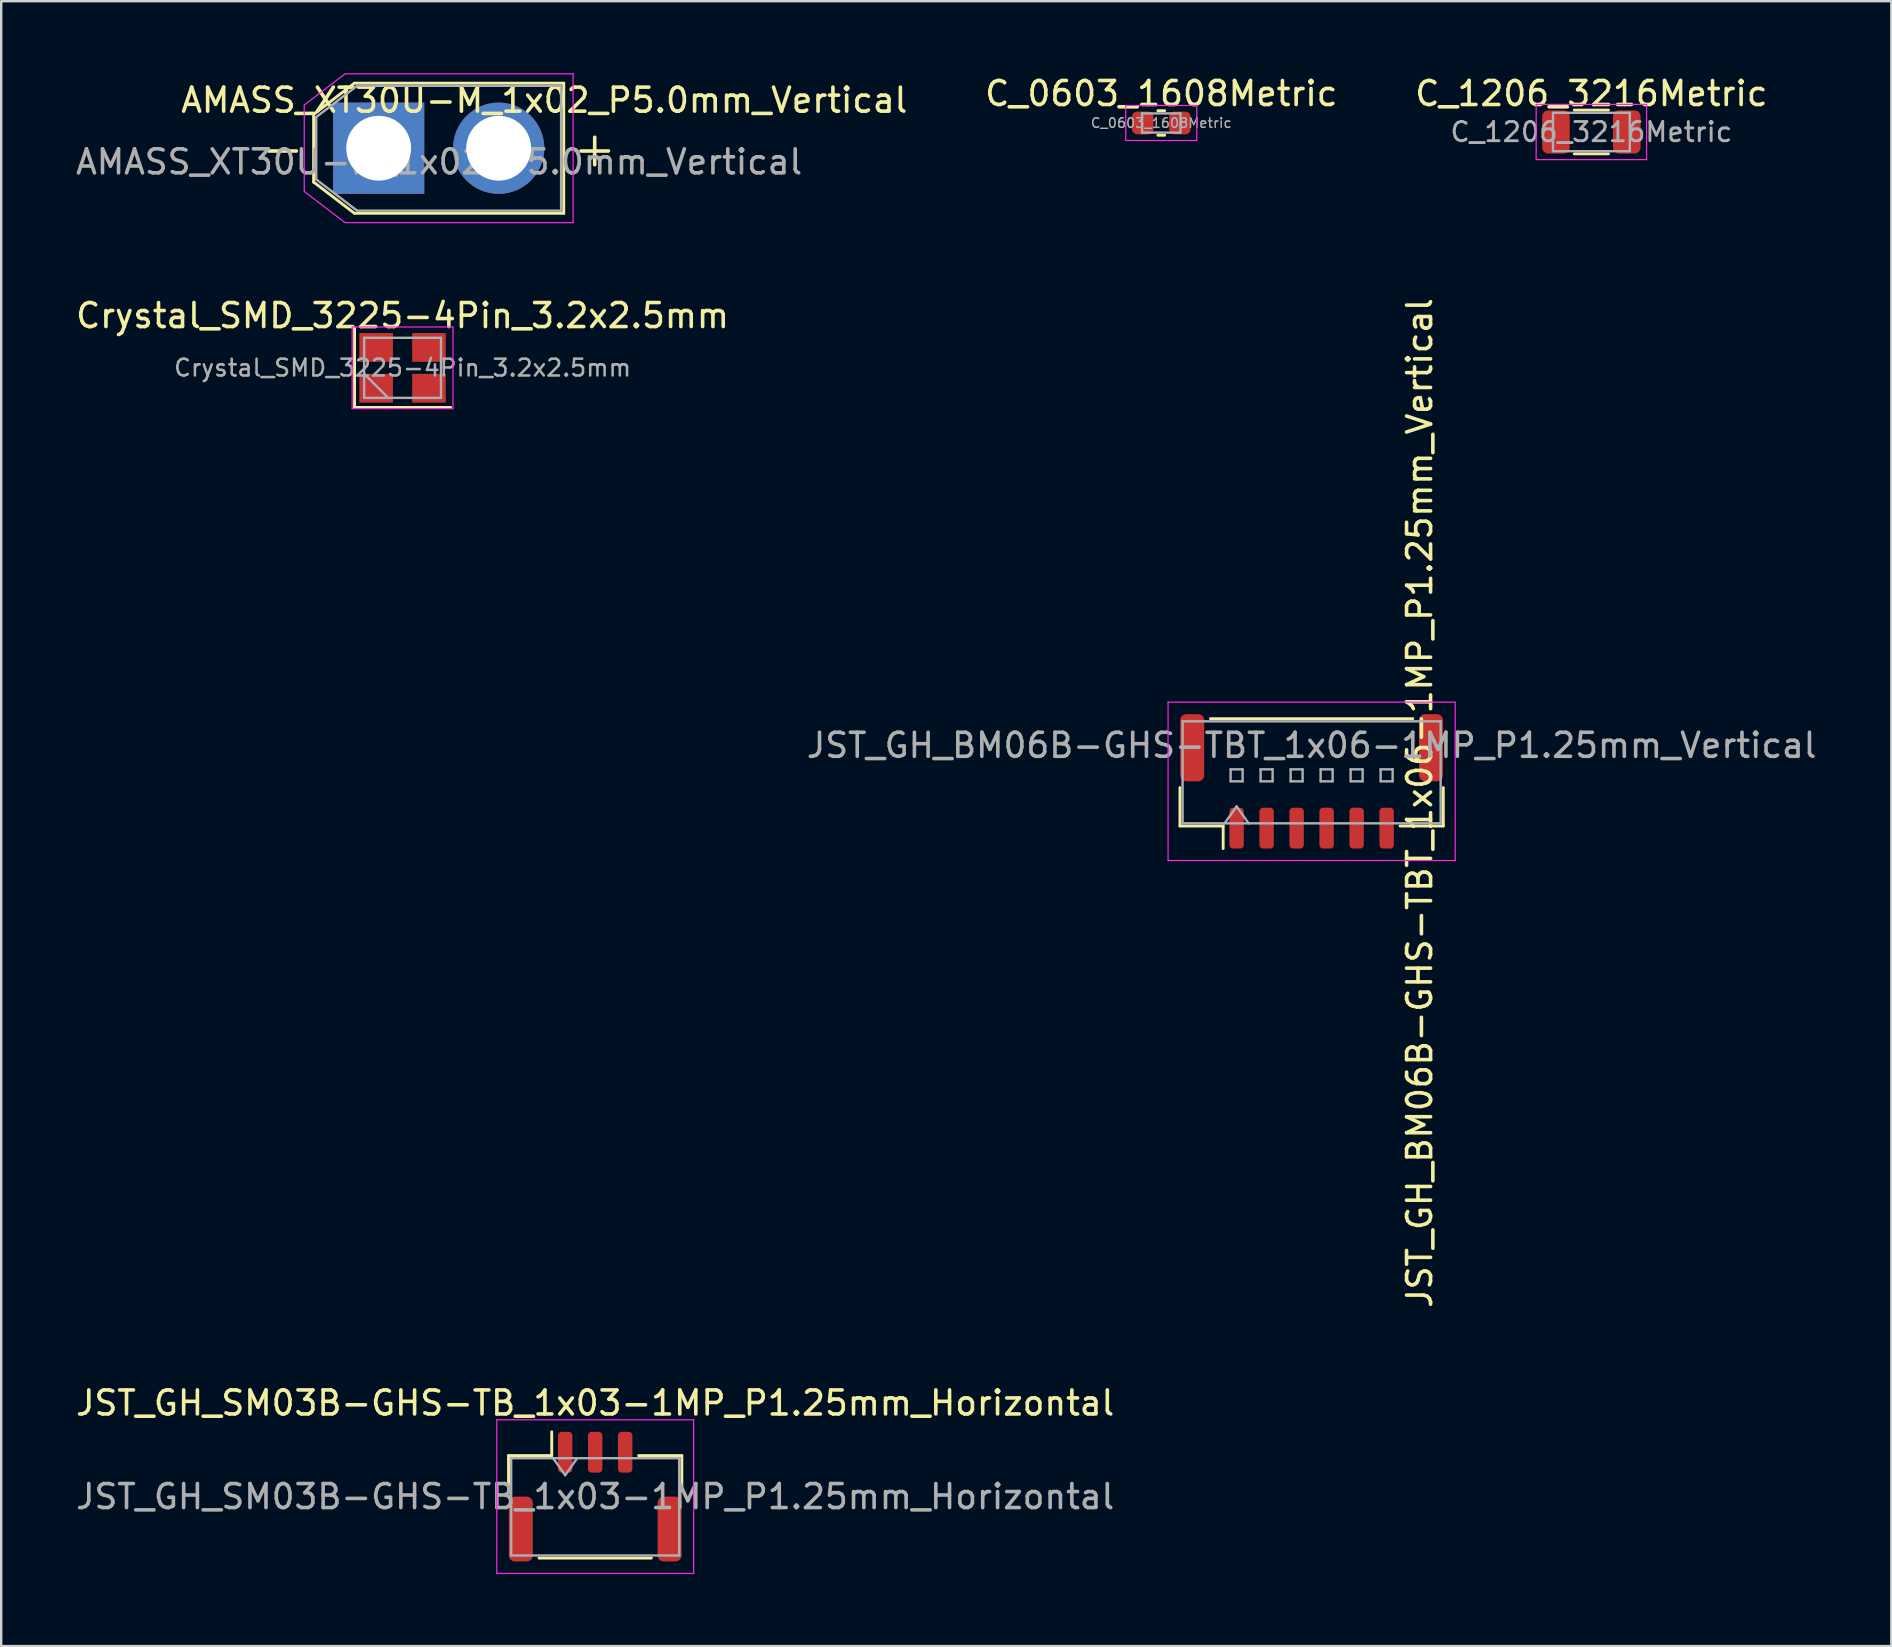
<source format=kicad_pcb>
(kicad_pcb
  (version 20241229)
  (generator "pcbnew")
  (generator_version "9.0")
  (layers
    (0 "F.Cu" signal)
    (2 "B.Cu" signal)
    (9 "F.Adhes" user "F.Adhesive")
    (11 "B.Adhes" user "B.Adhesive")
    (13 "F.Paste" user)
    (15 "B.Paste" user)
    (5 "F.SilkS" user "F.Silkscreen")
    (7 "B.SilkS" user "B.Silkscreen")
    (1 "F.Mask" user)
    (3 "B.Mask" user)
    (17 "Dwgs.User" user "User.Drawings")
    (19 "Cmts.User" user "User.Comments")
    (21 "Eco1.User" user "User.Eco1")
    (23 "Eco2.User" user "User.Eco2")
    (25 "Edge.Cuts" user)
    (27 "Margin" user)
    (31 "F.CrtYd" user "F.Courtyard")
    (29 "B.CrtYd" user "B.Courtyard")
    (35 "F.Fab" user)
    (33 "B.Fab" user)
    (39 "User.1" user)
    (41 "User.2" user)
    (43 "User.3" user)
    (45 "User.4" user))
  (footprint "JST_GH_BM06B-GHS-TBT_1x06-1MP_P1.25mm_Vertical"
    (layer "F.Cu")
    (at 51.589 29.499)
    (property "Reference" "JST_GH_BM06B-GHS-TBT_1x06-1MP_P1.25mm_Vertical" (at 4.5 0.9 90) (layer "F.SilkS") (effects (font (size 1 1) (thickness 0.15))))
    (attr smd)
    (fp_line (start -5.485 0.26) (end -5.485 1.86) (stroke (width 0.12) (type solid)) (layer "F.SilkS"))
    (fp_line (start -5.485 1.86) (end -3.685 1.86) (stroke (width 0.12) (type solid)) (layer "F.SilkS"))
    (fp_line (start -4.215 -2.61) (end 4.215 -2.61) (stroke (width 0.12) (type solid)) (layer "F.SilkS"))
    (fp_line (start -3.685 1.86) (end -3.685 2.8) (stroke (width 0.12) (type solid)) (layer "F.SilkS"))
    (fp_line (start 5.485 0.26) (end 5.485 1.86) (stroke (width 0.12) (type solid)) (layer "F.SilkS"))
    (fp_line (start 5.485 1.86) (end 3.685 1.86) (stroke (width 0.12) (type solid)) (layer "F.SilkS"))
    (fp_line (start -5.98 -3.3) (end -5.98 3.3) (stroke (width 0.05) (type solid)) (layer "F.CrtYd"))
    (fp_line (start -5.98 3.3) (end 5.98 3.3) (stroke (width 0.05) (type solid)) (layer "F.CrtYd"))
    (fp_line (start 5.98 -3.3) (end -5.98 -3.3) (stroke (width 0.05) (type solid)) (layer "F.CrtYd"))
    (fp_line (start 5.98 3.3) (end 5.98 -3.3) (stroke (width 0.05) (type solid)) (layer "F.CrtYd"))
    (fp_line (start -5.375 -2.5) (end 5.375 -2.5) (stroke (width 0.1) (type solid)) (layer "F.Fab"))
    (fp_line (start -5.375 1.75) (end -5.375 -2.5) (stroke (width 0.1) (type solid)) (layer "F.Fab"))
    (fp_line (start -5.375 1.75) (end 5.375 1.75) (stroke (width 0.1) (type solid)) (layer "F.Fab"))
    (fp_line (start -3.625 1.75) (end -3.125 1.043) (stroke (width 0.1) (type solid)) (layer "F.Fab"))
    (fp_line (start -3.375 -0.5) (end -3.375 0) (stroke (width 0.1) (type solid)) (layer "F.Fab"))
    (fp_line (start -3.375 0) (end -2.875 0) (stroke (width 0.1) (type solid)) (layer "F.Fab"))
    (fp_line (start -3.125 1.043) (end -2.625 1.75) (stroke (width 0.1) (type solid)) (layer "F.Fab"))
    (fp_line (start -2.875 -0.5) (end -3.375 -0.5) (stroke (width 0.1) (type solid)) (layer "F.Fab"))
    (fp_line (start -2.875 0) (end -2.875 -0.5) (stroke (width 0.1) (type solid)) (layer "F.Fab"))
    (fp_line (start -2.125 -0.5) (end -2.125 0) (stroke (width 0.1) (type solid)) (layer "F.Fab"))
    (fp_line (start -2.125 0) (end -1.625 0) (stroke (width 0.1) (type solid)) (layer "F.Fab"))
    (fp_line (start -1.625 -0.5) (end -2.125 -0.5) (stroke (width 0.1) (type solid)) (layer "F.Fab"))
    (fp_line (start -1.625 0) (end -1.625 -0.5) (stroke (width 0.1) (type solid)) (layer "F.Fab"))
    (fp_line (start -0.875 -0.5) (end -0.875 0) (stroke (width 0.1) (type solid)) (layer "F.Fab"))
    (fp_line (start -0.875 0) (end -0.375 0) (stroke (width 0.1) (type solid)) (layer "F.Fab"))
    (fp_line (start -0.375 -0.5) (end -0.875 -0.5) (stroke (width 0.1) (type solid)) (layer "F.Fab"))
    (fp_line (start -0.375 0) (end -0.375 -0.5) (stroke (width 0.1) (type solid)) (layer "F.Fab"))
    (fp_line (start 0.375 -0.5) (end 0.375 0) (stroke (width 0.1) (type solid)) (layer "F.Fab"))
    (fp_line (start 0.375 0) (end 0.875 0) (stroke (width 0.1) (type solid)) (layer "F.Fab"))
    (fp_line (start 0.875 -0.5) (end 0.375 -0.5) (stroke (width 0.1) (type solid)) (layer "F.Fab"))
    (fp_line (start 0.875 0) (end 0.875 -0.5) (stroke (width 0.1) (type solid)) (layer "F.Fab"))
    (fp_line (start 1.625 -0.5) (end 1.625 0) (stroke (width 0.1) (type solid)) (layer "F.Fab"))
    (fp_line (start 1.625 0) (end 2.125 0) (stroke (width 0.1) (type solid)) (layer "F.Fab"))
    (fp_line (start 2.125 -0.5) (end 1.625 -0.5) (stroke (width 0.1) (type solid)) (layer "F.Fab"))
    (fp_line (start 2.125 0) (end 2.125 -0.5) (stroke (width 0.1) (type solid)) (layer "F.Fab"))
    (fp_line (start 2.875 -0.5) (end 2.875 0) (stroke (width 0.1) (type solid)) (layer "F.Fab"))
    (fp_line (start 2.875 0) (end 3.375 0) (stroke (width 0.1) (type solid)) (layer "F.Fab"))
    (fp_line (start 3.375 -0.5) (end 2.875 -0.5) (stroke (width 0.1) (type solid)) (layer "F.Fab"))
    (fp_line (start 3.375 0) (end 3.375 -0.5) (stroke (width 0.1) (type solid)) (layer "F.Fab"))
    (fp_line (start 5.375 1.75) (end 5.375 -2.5) (stroke (width 0.1) (type solid)) (layer "F.Fab"))
    (fp_text user "${REFERENCE}" (at 0 -1.5 0) (layer "F.Fab") (effects (font (size 1 1) (thickness 0.15))))
    (pad "1" smd roundrect (at -3.125 1.95) (size 0.6 1.7) (layers "F.Cu" "F.Mask" "F.Paste") (roundrect_rratio 0.25))
    (pad "2" smd roundrect (at -1.875 1.95) (size 0.6 1.7) (layers "F.Cu" "F.Mask" "F.Paste") (roundrect_rratio 0.25))
    (pad "3" smd roundrect (at -0.625 1.95) (size 0.6 1.7) (layers "F.Cu" "F.Mask" "F.Paste") (roundrect_rratio 0.25))
    (pad "4" smd roundrect (at 0.625 1.95) (size 0.6 1.7) (layers "F.Cu" "F.Mask" "F.Paste") (roundrect_rratio 0.25))
    (pad "5" smd roundrect (at 1.875 1.95) (size 0.6 1.7) (layers "F.Cu" "F.Mask" "F.Paste") (roundrect_rratio 0.25))
    (pad "6" smd roundrect (at 3.125 1.95) (size 0.6 1.7) (layers "F.Cu" "F.Mask" "F.Paste") (roundrect_rratio 0.25))
    (pad "MP" smd roundrect (at -4.975 -1.4) (size 1 2.8) (layers "F.Cu" "F.Mask" "F.Paste") (roundrect_rratio 0.25))
    (pad "MP" smd roundrect (at 4.975 -1.4) (size 1 2.8) (layers "F.Cu" "F.Mask" "F.Paste") (roundrect_rratio 0.25)))
  (footprint "AMASS_XT30U-M_1x02_P5.0mm_Vertical"
    (layer "F.Cu")
    (at 12.724 3.125)
    (property "Reference" "AMASS_XT30U-M_1x02_P5.0mm_Vertical" (at 6.9 -2 0) (layer "F.SilkS") (effects (font (size 1 1) (thickness 0.15))))
    (attr through_hole)
    (fp_line (start -2.71 -1.41) (end -2.71 1.41) (stroke (width 0.12) (type solid)) (layer "F.SilkS"))
    (fp_line (start -2.71 -1.41) (end -1.01 -2.71) (stroke (width 0.12) (type solid)) (layer "F.SilkS"))
    (fp_line (start -2.71 1.41) (end -1.01 2.71) (stroke (width 0.12) (type solid)) (layer "F.SilkS"))
    (fp_line (start -1.01 -2.71) (end 7.71 -2.71) (stroke (width 0.12) (type solid)) (layer "F.SilkS"))
    (fp_line (start -1.01 2.71) (end 7.71 2.71) (stroke (width 0.12) (type solid)) (layer "F.SilkS"))
    (fp_line (start 7.71 -2.71) (end 7.71 2.71) (stroke (width 0.12) (type solid)) (layer "F.SilkS"))
    (fp_line (start -3.1 -1.8) (end -3.1 1.8) (stroke (width 0.05) (type solid)) (layer "F.CrtYd"))
    (fp_line (start -3.1 -1.8) (end -1.4 -3.1) (stroke (width 0.05) (type solid)) (layer "F.CrtYd"))
    (fp_line (start -3.1 1.8) (end -1.4 3.1) (stroke (width 0.05) (type solid)) (layer "F.CrtYd"))
    (fp_line (start -1.4 -3.1) (end 8.1 -3.1) (stroke (width 0.05) (type solid)) (layer "F.CrtYd"))
    (fp_line (start -1.4 3.1) (end 8.1 3.1) (stroke (width 0.05) (type solid)) (layer "F.CrtYd"))
    (fp_line (start 8.1 -3.1) (end 8.1 3.1) (stroke (width 0.05) (type solid)) (layer "F.CrtYd"))
    (fp_line (start -2.6 -1.3) (end -2.6 1.3) (stroke (width 0.1) (type solid)) (layer "F.Fab"))
    (fp_line (start -2.6 -1.3) (end -0.9 -2.6) (stroke (width 0.1) (type solid)) (layer "F.Fab"))
    (fp_line (start -2.6 1.3) (end -0.9 2.6) (stroke (width 0.1) (type solid)) (layer "F.Fab"))
    (fp_line (start -0.9 -2.6) (end 7.6 -2.6) (stroke (width 0.1) (type solid)) (layer "F.Fab"))
    (fp_line (start -0.9 2.6) (end 7.6 2.6) (stroke (width 0.1) (type solid)) (layer "F.Fab"))
    (fp_line (start 7.6 -2.6) (end 7.6 2.6) (stroke (width 0.1) (type solid)) (layer "F.Fab"))
    (fp_text user "-" (at -4 0 0) (layer "F.SilkS") (effects (font (size 1.5 1.5) (thickness 0.15))))
    (fp_text user "+" (at 9 0 0) (layer "F.SilkS") (effects (font (size 1.5 1.5) (thickness 0.15))))
    (fp_text user "${REFERENCE}" (at 2.52 0.57 0) (layer "F.Fab") (effects (font (size 1 1) (thickness 0.15))))
    (pad "1" thru_hole rect (at 0 0) (size 3.8 3.8) (drill 2.7) (layers "*.Cu" "*.Mask"))
    (pad "2" thru_hole circle (at 5 0) (size 3.8 3.8) (drill 2.7) (layers "*.Cu" "*.Mask")))
  (footprint "JST_GH_SM03B-GHS-TB_1x03-1MP_P1.25mm_Horizontal"
    (layer "F.Cu")
    (at 21.744 59.296)
    (property "Reference" "JST_GH_SM03B-GHS-TB_1x03-1MP_P1.25mm_Horizontal" (at 0 -3.9 180) (layer "F.SilkS") (effects (font (size 1 1) (thickness 0.15))))
    (attr smd)
    (fp_line (start -3.61 -1.71) (end -1.81 -1.71) (stroke (width 0.12) (type solid)) (layer "F.SilkS"))
    (fp_line (start -3.61 -0.26) (end -3.61 -1.71) (stroke (width 0.12) (type solid)) (layer "F.SilkS"))
    (fp_line (start -2.34 2.56) (end 2.34 2.56) (stroke (width 0.12) (type solid)) (layer "F.SilkS"))
    (fp_line (start -1.81 -1.71) (end -1.81 -2.7) (stroke (width 0.12) (type solid)) (layer "F.SilkS"))
    (fp_line (start 3.61 -1.71) (end 1.81 -1.71) (stroke (width 0.12) (type solid)) (layer "F.SilkS"))
    (fp_line (start 3.61 -0.26) (end 3.61 -1.71) (stroke (width 0.12) (type solid)) (layer "F.SilkS"))
    (fp_line (start -4.1 -3.2) (end -4.1 3.2) (stroke (width 0.05) (type solid)) (layer "F.CrtYd"))
    (fp_line (start -4.1 3.2) (end 4.1 3.2) (stroke (width 0.05) (type solid)) (layer "F.CrtYd"))
    (fp_line (start 4.1 -3.2) (end -4.1 -3.2) (stroke (width 0.05) (type solid)) (layer "F.CrtYd"))
    (fp_line (start 4.1 3.2) (end 4.1 -3.2) (stroke (width 0.05) (type solid)) (layer "F.CrtYd"))
    (fp_line (start -3.5 -1.6) (end -3.5 2.45) (stroke (width 0.1) (type solid)) (layer "F.Fab"))
    (fp_line (start -3.5 -1.6) (end 3.5 -1.6) (stroke (width 0.1) (type solid)) (layer "F.Fab"))
    (fp_line (start -3.5 2.45) (end 3.5 2.45) (stroke (width 0.1) (type solid)) (layer "F.Fab"))
    (fp_line (start -1.75 -1.6) (end -1.25 -0.893) (stroke (width 0.1) (type solid)) (layer "F.Fab"))
    (fp_line (start -1.25 -0.893) (end -0.75 -1.6) (stroke (width 0.1) (type solid)) (layer "F.Fab"))
    (fp_line (start 3.5 -1.6) (end 3.5 2.45) (stroke (width 0.1) (type solid)) (layer "F.Fab"))
    (fp_text user "${REFERENCE}" (at 0 0 180) (layer "F.Fab") (effects (font (size 1 1) (thickness 0.15))))
    (pad "1" smd roundrect (at -1.25 -1.85) (size 0.6 1.7) (layers "F.Cu" "F.Mask" "F.Paste") (roundrect_rratio 0.25))
    (pad "2" smd roundrect (at 0 -1.85) (size 0.6 1.7) (layers "F.Cu" "F.Mask" "F.Paste") (roundrect_rratio 0.25))
    (pad "3" smd roundrect (at 1.25 -1.85) (size 0.6 1.7) (layers "F.Cu" "F.Mask" "F.Paste") (roundrect_rratio 0.25))
    (pad "MP" smd roundrect (at -3.1 1.35) (size 1 2.7) (layers "F.Cu" "F.Mask" "F.Paste") (roundrect_rratio 0.25))
    (pad "MP" smd roundrect (at 3.1 1.35) (size 1 2.7) (layers "F.Cu" "F.Mask" "F.Paste") (roundrect_rratio 0.25)))
  (footprint "C_0603_1608Metric"
    (layer "F.Cu")
    (at 45.326 2.073)
    (property "Reference" "C_0603_1608Metric" (at 0 -1.225 0) (layer "F.SilkS") (effects (font (size 1 1) (thickness 0.15))))
    (attr smd)
    (fp_line (start -0.141 -0.51) (end 0.141 -0.51) (stroke (width 0.12) (type solid)) (layer "F.SilkS"))
    (fp_line (start -0.141 0.51) (end 0.141 0.51) (stroke (width 0.12) (type solid)) (layer "F.SilkS"))
    (fp_line (start -1.48 -0.73) (end 1.48 -0.73) (stroke (width 0.05) (type solid)) (layer "F.CrtYd"))
    (fp_line (start -1.48 0.73) (end -1.48 -0.73) (stroke (width 0.05) (type solid)) (layer "F.CrtYd"))
    (fp_line (start 1.48 -0.73) (end 1.48 0.73) (stroke (width 0.05) (type solid)) (layer "F.CrtYd"))
    (fp_line (start 1.48 0.73) (end -1.48 0.73) (stroke (width 0.05) (type solid)) (layer "F.CrtYd"))
    (fp_line (start -0.8 -0.4) (end 0.8 -0.4) (stroke (width 0.1) (type solid)) (layer "F.Fab"))
    (fp_line (start -0.8 0.4) (end -0.8 -0.4) (stroke (width 0.1) (type solid)) (layer "F.Fab"))
    (fp_line (start 0.8 -0.4) (end 0.8 0.4) (stroke (width 0.1) (type solid)) (layer "F.Fab"))
    (fp_line (start 0.8 0.4) (end -0.8 0.4) (stroke (width 0.1) (type solid)) (layer "F.Fab"))
    (fp_text user "${REFERENCE}" (at 0 0 0) (layer "F.Fab") (effects (font (size 0.4 0.4) (thickness 0.06))))
    (pad "1" smd roundrect (at -0.775 0 180) (size 0.9 0.95) (layers "F.Cu" "F.Mask" "F.Paste") (roundrect_rratio 0.25))
    (pad "2" smd roundrect (at 0.775 0 180) (size 0.9 0.95) (layers "F.Cu" "F.Mask" "F.Paste") (roundrect_rratio 0.25)))
  (footprint "Crystal_SMD_3225-4Pin_3.2x2.5mm"
    (layer "F.Cu")
    (at 13.72 12.273)
    (property "Reference" "Crystal_SMD_3225-4Pin_3.2x2.5mm" (at 0 -2.175 0) (layer "F.SilkS") (effects (font (size 1 1) (thickness 0.15))))
    (attr smd)
    (fp_line (start -2 -1.65) (end -2 1.65) (stroke (width 0.12) (type solid)) (layer "F.SilkS"))
    (fp_line (start -2 1.65) (end 2 1.65) (stroke (width 0.12) (type solid)) (layer "F.SilkS"))
    (fp_line (start -2.1 -1.7) (end -2.1 1.7) (stroke (width 0.05) (type solid)) (layer "F.CrtYd"))
    (fp_line (start -2.1 1.7) (end 2.1 1.7) (stroke (width 0.05) (type solid)) (layer "F.CrtYd"))
    (fp_line (start 2.1 -1.7) (end -2.1 -1.7) (stroke (width 0.05) (type solid)) (layer "F.CrtYd"))
    (fp_line (start 2.1 1.7) (end 2.1 -1.7) (stroke (width 0.05) (type solid)) (layer "F.CrtYd"))
    (fp_line (start -1.6 -1.25) (end -1.6 1.25) (stroke (width 0.1) (type solid)) (layer "F.Fab"))
    (fp_line (start -1.6 0.25) (end -0.6 1.25) (stroke (width 0.1) (type solid)) (layer "F.Fab"))
    (fp_line (start -1.6 1.25) (end 1.6 1.25) (stroke (width 0.1) (type solid)) (layer "F.Fab"))
    (fp_line (start 1.6 -1.25) (end -1.6 -1.25) (stroke (width 0.1) (type solid)) (layer "F.Fab"))
    (fp_line (start 1.6 1.25) (end 1.6 -1.25) (stroke (width 0.1) (type solid)) (layer "F.Fab"))
    (fp_text user "${REFERENCE}" (at 0 0 0) (layer "F.Fab") (effects (font (size 0.7 0.7) (thickness 0.105))))
    (pad "1" smd rect (at -1.1 0.85 180) (size 1.4 1.2) (layers "F.Cu" "F.Mask" "F.Paste"))
    (pad "2" smd rect (at 1.1 0.85 180) (size 1.4 1.2) (layers "F.Cu" "F.Mask" "F.Paste"))
    (pad "3" smd rect (at 1.1 -0.85 180) (size 1.4 1.2) (layers "F.Cu" "F.Mask" "F.Paste"))
    (pad "4" smd rect (at -1.1 -0.85 180) (size 1.4 1.2) (layers "F.Cu" "F.Mask" "F.Paste")))
  (footprint "C_1206_3216Metric"
    (layer "F.Cu")
    (at 63.243 2.448)
    (property "Reference" "C_1206_3216Metric" (at 0 -1.6 0) (layer "F.SilkS") (effects (font (size 1 1) (thickness 0.15))))
    (attr smd)
    (fp_line (start -0.711 -0.91) (end 0.711 -0.91) (stroke (width 0.12) (type solid)) (layer "F.SilkS"))
    (fp_line (start -0.711 0.91) (end 0.711 0.91) (stroke (width 0.12) (type solid)) (layer "F.SilkS"))
    (fp_line (start -2.3 -1.15) (end 2.3 -1.15) (stroke (width 0.05) (type solid)) (layer "F.CrtYd"))
    (fp_line (start -2.3 1.15) (end -2.3 -1.15) (stroke (width 0.05) (type solid)) (layer "F.CrtYd"))
    (fp_line (start 2.3 -1.15) (end 2.3 1.15) (stroke (width 0.05) (type solid)) (layer "F.CrtYd"))
    (fp_line (start 2.3 1.15) (end -2.3 1.15) (stroke (width 0.05) (type solid)) (layer "F.CrtYd"))
    (fp_line (start -1.6 -0.8) (end 1.6 -0.8) (stroke (width 0.1) (type solid)) (layer "F.Fab"))
    (fp_line (start -1.6 0.8) (end -1.6 -0.8) (stroke (width 0.1) (type solid)) (layer "F.Fab"))
    (fp_line (start 1.6 -0.8) (end 1.6 0.8) (stroke (width 0.1) (type solid)) (layer "F.Fab"))
    (fp_line (start 1.6 0.8) (end -1.6 0.8) (stroke (width 0.1) (type solid)) (layer "F.Fab"))
    (fp_text user "${REFERENCE}" (at 0 0 0) (layer "F.Fab") (effects (font (size 0.8 0.8) (thickness 0.12))))
    (pad "1" smd roundrect (at -1.475 0 180) (size 1.15 1.8) (layers "F.Cu" "F.Mask" "F.Paste") (roundrect_rratio 0.217))
    (pad "2" smd roundrect (at 1.475 0 180) (size 1.15 1.8) (layers "F.Cu" "F.Mask" "F.Paste") (roundrect_rratio 0.217)))
  (gr_rect
    (start -3 -3)
    (end 75.738 65.521)
    (stroke (width 0.1) (type default))
    (fill no)
    (layer "Edge.Cuts")))
</source>
